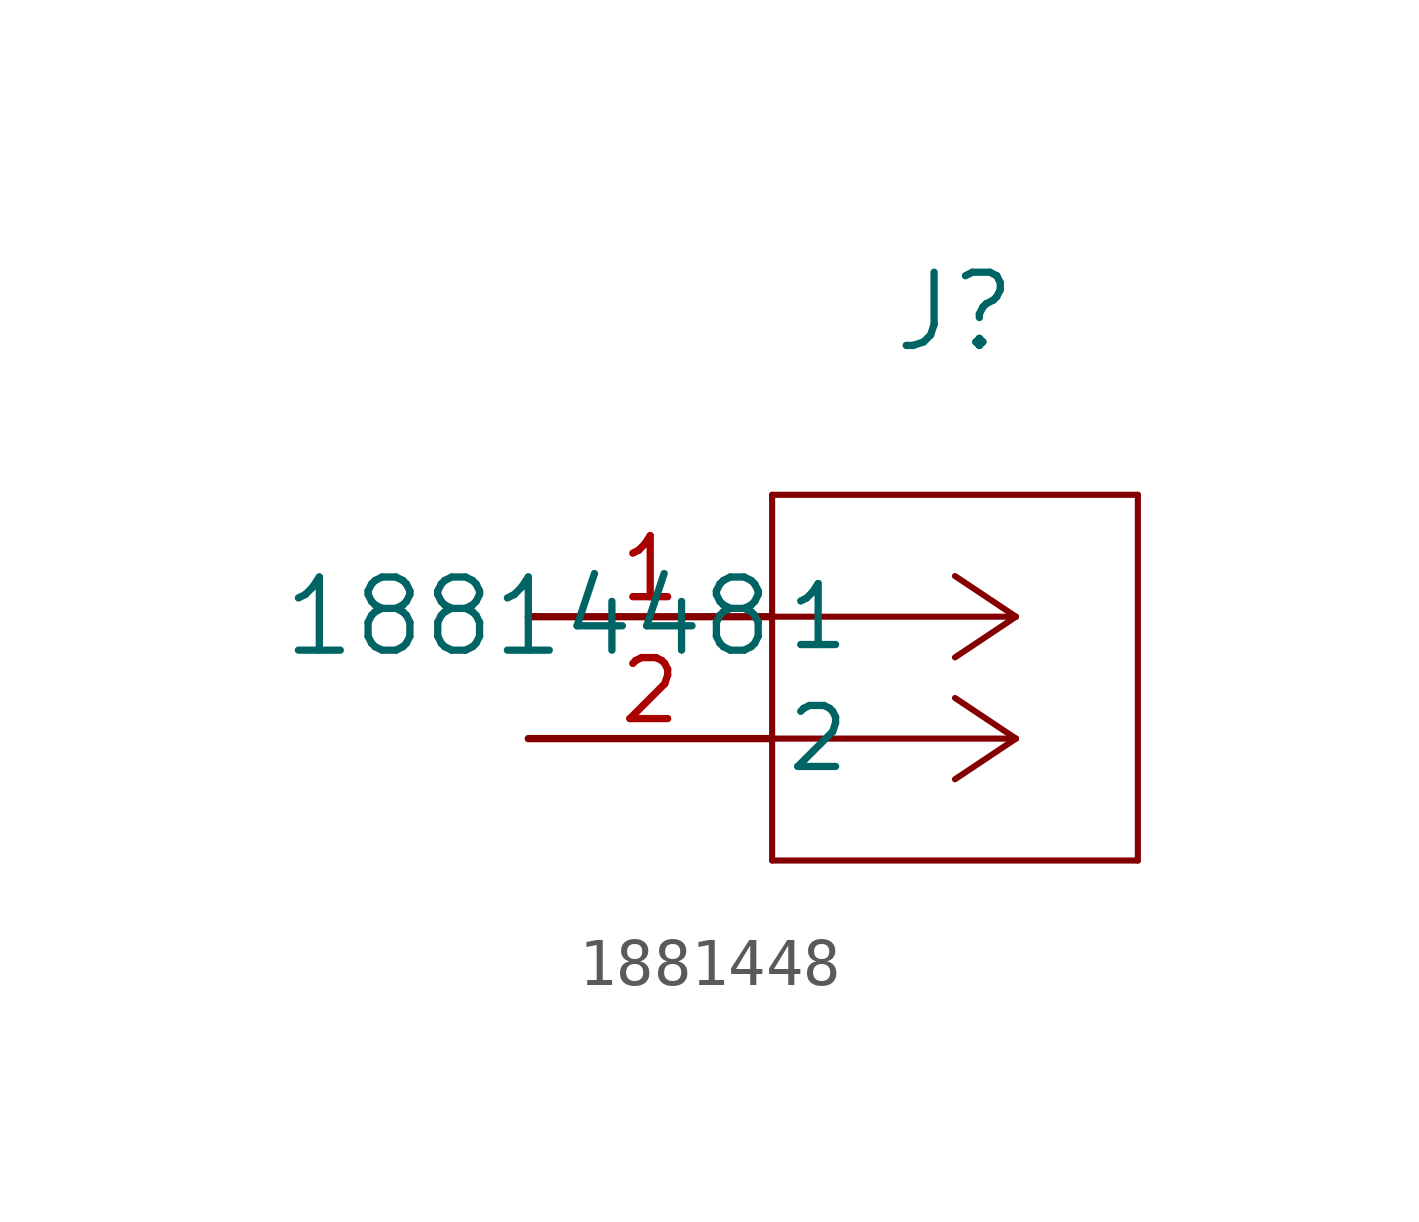
<source format=kicad_sym>
(kicad_symbol_lib
  (version 20211014)
  (generator kicad_symbol_editor)
  (symbol "1881448"
    (pin_names
      (offset 0.254))
    (property "Reference" "J"
      (at 8.89 6.35 0)
      (effects (font (size 1.524 1.524))))
    (property "Value" "1881448"
      (at 0 0 0)
      (effects (font (size 1.524 1.524))))
    (symbol "1881448_0_1"
      (polyline (pts (xy 10.16 0) (xy 5.08 0)) (stroke (width 0.127) (type default) (color 0 0 0 0)) (fill (type none)))
      (polyline (pts (xy 10.16 -2.54) (xy 5.08 -2.54)) (stroke (width 0.127) (type default) (color 0 0 0 0)) (fill (type none)))
      (polyline (pts (xy 10.16 0) (xy 8.89 0.847)) (stroke (width 0.127) (type default) (color 0 0 0 0)) (fill (type none)))
      (polyline (pts (xy 10.16 -2.54) (xy 8.89 -1.693)) (stroke (width 0.127) (type default) (color 0 0 0 0)) (fill (type none)))
      (polyline (pts (xy 10.16 0) (xy 8.89 -0.847)) (stroke (width 0.127) (type default) (color 0 0 0 0)) (fill (type none)))
      (polyline (pts (xy 10.16 -2.54) (xy 8.89 -3.387)) (stroke (width 0.127) (type default) (color 0 0 0 0)) (fill (type none)))
      (polyline (pts (xy 5.08 2.54) (xy 5.08 -5.08)) (stroke (width 0.127) (type default) (color 0 0 0 0)) (fill (type none)))
      (polyline (pts (xy 5.08 -5.08) (xy 12.7 -5.08)) (stroke (width 0.127) (type default) (color 0 0 0 0)) (fill (type none)))
      (polyline (pts (xy 12.7 -5.08) (xy 12.7 2.54)) (stroke (width 0.127) (type default) (color 0 0 0 0)) (fill (type none)))
      (polyline (pts (xy 12.7 2.54) (xy 5.08 2.54)) (stroke (width 0.127) (type default) (color 0 0 0 0)) (fill (type none)))
      (pin unspecified line (at 0 0 0) (length 5.08) (name "1" (effects (font (size 1.27 1.27)))) (number "1" (effects (font (size 1.27 1.27)))))
      (pin unspecified line (at 0 -2.54 0) (length 5.08) (name "2" (effects (font (size 1.27 1.27)))) (number "2" (effects (font (size 1.27 1.27))))))))
</source>
